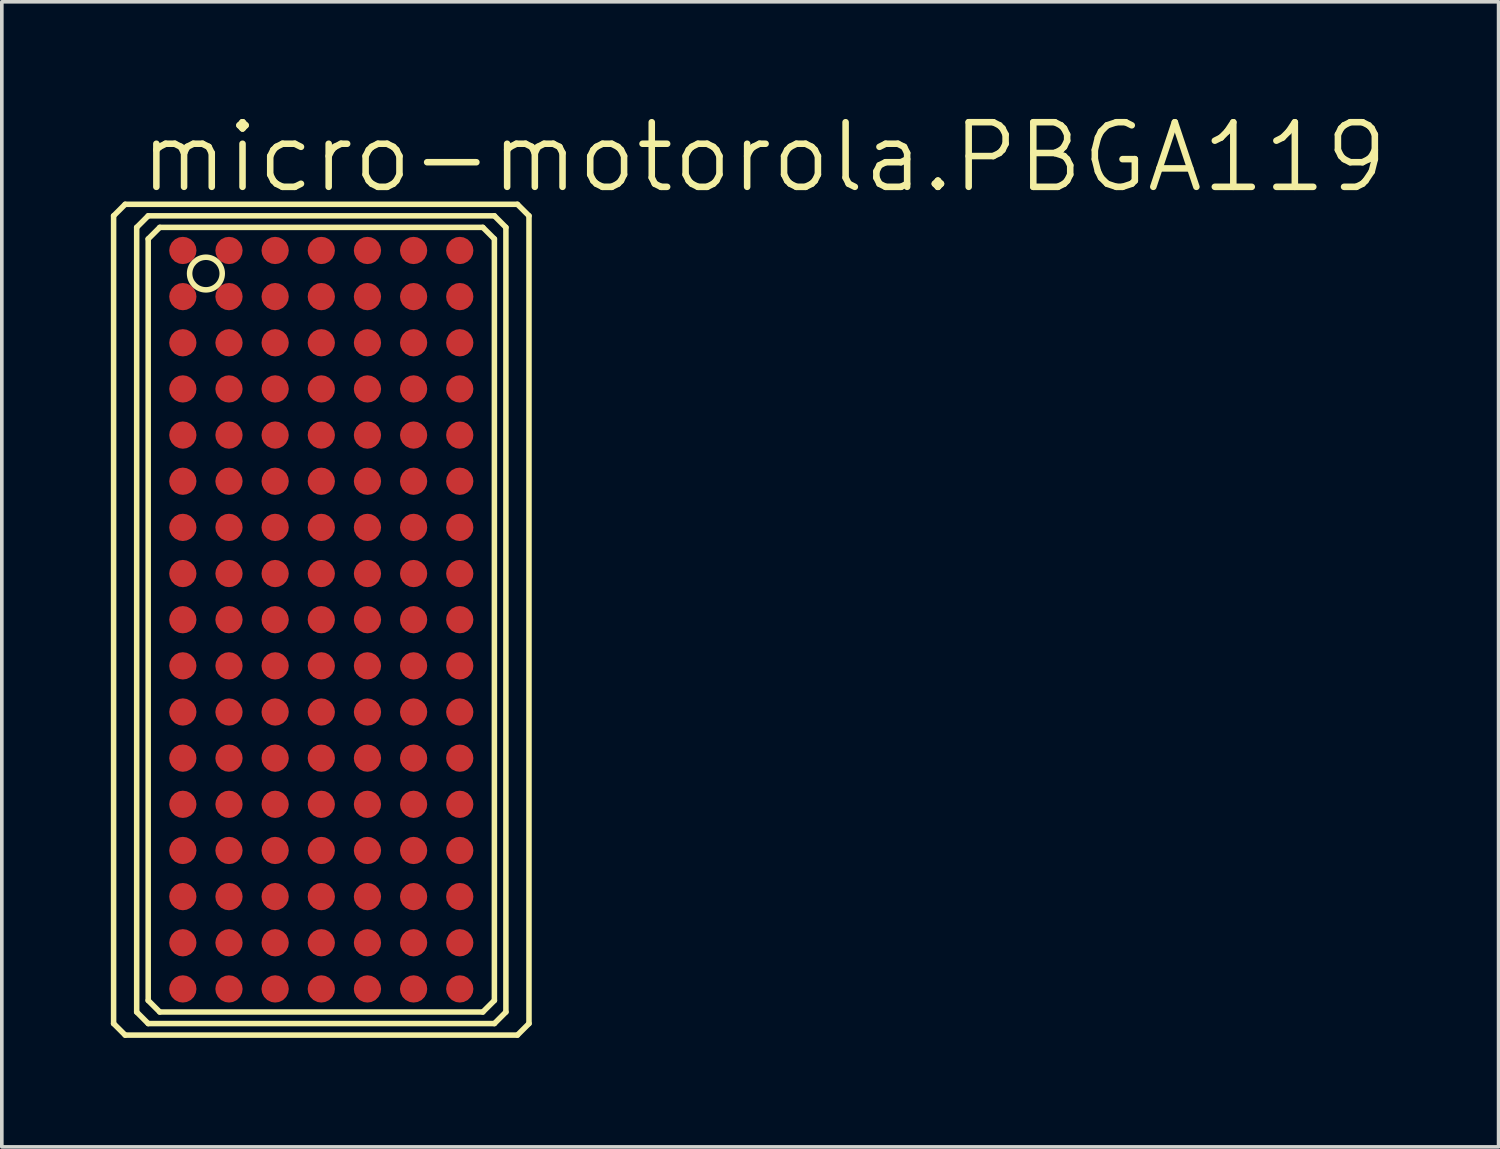
<source format=kicad_pcb>
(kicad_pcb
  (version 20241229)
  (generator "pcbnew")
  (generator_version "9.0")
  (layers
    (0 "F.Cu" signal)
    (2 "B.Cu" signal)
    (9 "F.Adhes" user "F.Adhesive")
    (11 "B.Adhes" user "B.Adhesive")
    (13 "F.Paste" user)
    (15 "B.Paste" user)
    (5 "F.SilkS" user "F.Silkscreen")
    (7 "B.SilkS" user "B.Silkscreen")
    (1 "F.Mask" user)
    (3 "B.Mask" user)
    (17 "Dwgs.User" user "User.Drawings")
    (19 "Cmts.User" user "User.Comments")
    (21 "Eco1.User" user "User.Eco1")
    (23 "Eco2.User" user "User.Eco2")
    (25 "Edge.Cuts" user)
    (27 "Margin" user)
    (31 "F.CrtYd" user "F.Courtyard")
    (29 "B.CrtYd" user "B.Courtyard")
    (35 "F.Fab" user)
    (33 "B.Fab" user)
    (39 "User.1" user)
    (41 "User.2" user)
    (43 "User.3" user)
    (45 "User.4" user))
  (footprint "micro-motorola.PBGA119"
    (layer "F.Cu")
    (at 5.791 14.002)
    (property "Reference" "micro-motorola.PBGA119" (at -5.08 -11.684 0) (layer "F.SilkS") (effects (font (size 1.778 1.778) (thickness 0.18)) (justify left bottom)))
    (attr smd)
    (fp_line (start -5.715 -11.113) (end -5.715 11.113) (stroke (width 0.152) (type default)) (layer "F.SilkS"))
    (fp_line (start -5.715 11.113) (end -5.397 11.43) (stroke (width 0.152) (type default)) (layer "F.SilkS"))
    (fp_line (start -5.397 -11.43) (end -5.715 -11.113) (stroke (width 0.152) (type default)) (layer "F.SilkS"))
    (fp_line (start -5.397 11.43) (end 5.397 11.43) (stroke (width 0.152) (type default)) (layer "F.SilkS"))
    (fp_line (start -5.08 -10.795) (end -5.08 10.795) (stroke (width 0.152) (type default)) (layer "F.SilkS"))
    (fp_line (start -5.08 10.795) (end -4.763 11.113) (stroke (width 0.152) (type default)) (layer "F.SilkS"))
    (fp_line (start -4.763 -11.113) (end -5.08 -10.795) (stroke (width 0.152) (type default)) (layer "F.SilkS"))
    (fp_line (start -4.763 -10.477) (end -4.763 10.477) (stroke (width 0.152) (type default)) (layer "F.SilkS"))
    (fp_line (start -4.763 10.477) (end -4.445 10.795) (stroke (width 0.152) (type default)) (layer "F.SilkS"))
    (fp_line (start -4.763 11.113) (end 4.763 11.113) (stroke (width 0.152) (type default)) (layer "F.SilkS"))
    (fp_line (start -4.445 -10.795) (end -4.763 -10.477) (stroke (width 0.152) (type default)) (layer "F.SilkS"))
    (fp_line (start -4.445 10.795) (end 4.445 10.795) (stroke (width 0.152) (type default)) (layer "F.SilkS"))
    (fp_line (start 4.445 -10.795) (end -4.445 -10.795) (stroke (width 0.152) (type default)) (layer "F.SilkS"))
    (fp_line (start 4.445 10.795) (end 4.763 10.477) (stroke (width 0.152) (type default)) (layer "F.SilkS"))
    (fp_line (start 4.763 -11.113) (end -4.763 -11.113) (stroke (width 0.152) (type default)) (layer "F.SilkS"))
    (fp_line (start 4.763 -10.477) (end 4.445 -10.795) (stroke (width 0.152) (type default)) (layer "F.SilkS"))
    (fp_line (start 4.763 10.477) (end 4.763 -10.477) (stroke (width 0.152) (type default)) (layer "F.SilkS"))
    (fp_line (start 4.763 11.113) (end 5.08 10.795) (stroke (width 0.152) (type default)) (layer "F.SilkS"))
    (fp_line (start 5.08 -10.795) (end 4.763 -11.113) (stroke (width 0.152) (type default)) (layer "F.SilkS"))
    (fp_line (start 5.08 10.795) (end 5.08 -10.795) (stroke (width 0.152) (type default)) (layer "F.SilkS"))
    (fp_line (start 5.397 -11.43) (end -5.397 -11.43) (stroke (width 0.152) (type default)) (layer "F.SilkS"))
    (fp_line (start 5.397 11.43) (end 5.715 11.113) (stroke (width 0.152) (type default)) (layer "F.SilkS"))
    (fp_line (start 5.715 -11.113) (end 5.397 -11.43) (stroke (width 0.152) (type default)) (layer "F.SilkS"))
    (fp_line (start 5.715 11.113) (end 5.715 -11.113) (stroke (width 0.152) (type default)) (layer "F.SilkS"))
    (fp_circle (center -3.175 -9.525) (end -2.726 -9.525) (stroke (width 0.152) (type default)) (fill no) (layer "F.SilkS"))
    (pad "1" smd roundrect (at -3.81 -10.16) (size 0.75 0.75) (layers "F.Cu" "F.Mask" "F.Paste") (roundrect_rratio 0.5))
    (pad "2" smd roundrect (at -2.54 -10.16) (size 0.75 0.75) (layers "F.Cu" "F.Mask" "F.Paste") (roundrect_rratio 0.5))
    (pad "3" smd roundrect (at -1.27 -10.16) (size 0.75 0.75) (layers "F.Cu" "F.Mask" "F.Paste") (roundrect_rratio 0.5))
    (pad "4" smd roundrect (at 0 -10.16) (size 0.75 0.75) (layers "F.Cu" "F.Mask" "F.Paste") (roundrect_rratio 0.5))
    (pad "5" smd roundrect (at 1.27 -10.16) (size 0.75 0.75) (layers "F.Cu" "F.Mask" "F.Paste") (roundrect_rratio 0.5))
    (pad "6" smd roundrect (at 2.54 -10.16) (size 0.75 0.75) (layers "F.Cu" "F.Mask" "F.Paste") (roundrect_rratio 0.5))
    (pad "7" smd roundrect (at 3.81 -10.16) (size 0.75 0.75) (layers "F.Cu" "F.Mask" "F.Paste") (roundrect_rratio 0.5))
    (pad "8" smd roundrect (at -3.81 -8.89) (size 0.75 0.75) (layers "F.Cu" "F.Mask" "F.Paste") (roundrect_rratio 0.5))
    (pad "9" smd roundrect (at -2.54 -8.89) (size 0.75 0.75) (layers "F.Cu" "F.Mask" "F.Paste") (roundrect_rratio 0.5))
    (pad "10" smd roundrect (at -1.27 -8.89) (size 0.75 0.75) (layers "F.Cu" "F.Mask" "F.Paste") (roundrect_rratio 0.5))
    (pad "11" smd roundrect (at 0 -8.89) (size 0.75 0.75) (layers "F.Cu" "F.Mask" "F.Paste") (roundrect_rratio 0.5))
    (pad "12" smd roundrect (at 1.27 -8.89) (size 0.75 0.75) (layers "F.Cu" "F.Mask" "F.Paste") (roundrect_rratio 0.5))
    (pad "13" smd roundrect (at 2.54 -8.89) (size 0.75 0.75) (layers "F.Cu" "F.Mask" "F.Paste") (roundrect_rratio 0.5))
    (pad "14" smd roundrect (at 3.81 -8.89) (size 0.75 0.75) (layers "F.Cu" "F.Mask" "F.Paste") (roundrect_rratio 0.5))
    (pad "15" smd roundrect (at -3.81 -7.62) (size 0.75 0.75) (layers "F.Cu" "F.Mask" "F.Paste") (roundrect_rratio 0.5))
    (pad "16" smd roundrect (at -2.54 -7.62) (size 0.75 0.75) (layers "F.Cu" "F.Mask" "F.Paste") (roundrect_rratio 0.5))
    (pad "17" smd roundrect (at -1.27 -7.62) (size 0.75 0.75) (layers "F.Cu" "F.Mask" "F.Paste") (roundrect_rratio 0.5))
    (pad "18" smd roundrect (at 0 -7.62) (size 0.75 0.75) (layers "F.Cu" "F.Mask" "F.Paste") (roundrect_rratio 0.5))
    (pad "19" smd roundrect (at 1.27 -7.62) (size 0.75 0.75) (layers "F.Cu" "F.Mask" "F.Paste") (roundrect_rratio 0.5))
    (pad "20" smd roundrect (at 2.54 -7.62) (size 0.75 0.75) (layers "F.Cu" "F.Mask" "F.Paste") (roundrect_rratio 0.5))
    (pad "21" smd roundrect (at 3.81 -7.62) (size 0.75 0.75) (layers "F.Cu" "F.Mask" "F.Paste") (roundrect_rratio 0.5))
    (pad "22" smd roundrect (at -3.81 -6.35) (size 0.75 0.75) (layers "F.Cu" "F.Mask" "F.Paste") (roundrect_rratio 0.5))
    (pad "23" smd roundrect (at -2.54 -6.35) (size 0.75 0.75) (layers "F.Cu" "F.Mask" "F.Paste") (roundrect_rratio 0.5))
    (pad "24" smd roundrect (at -1.27 -6.35) (size 0.75 0.75) (layers "F.Cu" "F.Mask" "F.Paste") (roundrect_rratio 0.5))
    (pad "25" smd roundrect (at 0 -6.35) (size 0.75 0.75) (layers "F.Cu" "F.Mask" "F.Paste") (roundrect_rratio 0.5))
    (pad "26" smd roundrect (at 1.27 -6.35) (size 0.75 0.75) (layers "F.Cu" "F.Mask" "F.Paste") (roundrect_rratio 0.5))
    (pad "27" smd roundrect (at 2.54 -6.35) (size 0.75 0.75) (layers "F.Cu" "F.Mask" "F.Paste") (roundrect_rratio 0.5))
    (pad "28" smd roundrect (at 3.81 -6.35) (size 0.75 0.75) (layers "F.Cu" "F.Mask" "F.Paste") (roundrect_rratio 0.5))
    (pad "29" smd roundrect (at -3.81 -5.08) (size 0.75 0.75) (layers "F.Cu" "F.Mask" "F.Paste") (roundrect_rratio 0.5))
    (pad "30" smd roundrect (at -2.54 -5.08) (size 0.75 0.75) (layers "F.Cu" "F.Mask" "F.Paste") (roundrect_rratio 0.5))
    (pad "31" smd roundrect (at -1.27 -5.08) (size 0.75 0.75) (layers "F.Cu" "F.Mask" "F.Paste") (roundrect_rratio 0.5))
    (pad "32" smd roundrect (at 0 -5.08) (size 0.75 0.75) (layers "F.Cu" "F.Mask" "F.Paste") (roundrect_rratio 0.5))
    (pad "33" smd roundrect (at 1.27 -5.08) (size 0.75 0.75) (layers "F.Cu" "F.Mask" "F.Paste") (roundrect_rratio 0.5))
    (pad "34" smd roundrect (at 2.54 -5.08) (size 0.75 0.75) (layers "F.Cu" "F.Mask" "F.Paste") (roundrect_rratio 0.5))
    (pad "35" smd roundrect (at 3.81 -5.08) (size 0.75 0.75) (layers "F.Cu" "F.Mask" "F.Paste") (roundrect_rratio 0.5))
    (pad "36" smd roundrect (at -3.81 -3.81) (size 0.75 0.75) (layers "F.Cu" "F.Mask" "F.Paste") (roundrect_rratio 0.5))
    (pad "37" smd roundrect (at -2.54 -3.81) (size 0.75 0.75) (layers "F.Cu" "F.Mask" "F.Paste") (roundrect_rratio 0.5))
    (pad "38" smd roundrect (at -1.27 -3.81) (size 0.75 0.75) (layers "F.Cu" "F.Mask" "F.Paste") (roundrect_rratio 0.5))
    (pad "39" smd roundrect (at 0 -3.81) (size 0.75 0.75) (layers "F.Cu" "F.Mask" "F.Paste") (roundrect_rratio 0.5))
    (pad "40" smd roundrect (at 1.27 -3.81) (size 0.75 0.75) (layers "F.Cu" "F.Mask" "F.Paste") (roundrect_rratio 0.5))
    (pad "41" smd roundrect (at 2.54 -3.81) (size 0.75 0.75) (layers "F.Cu" "F.Mask" "F.Paste") (roundrect_rratio 0.5))
    (pad "42" smd roundrect (at 3.81 -3.81) (size 0.75 0.75) (layers "F.Cu" "F.Mask" "F.Paste") (roundrect_rratio 0.5))
    (pad "43" smd roundrect (at -3.81 -2.54) (size 0.75 0.75) (layers "F.Cu" "F.Mask" "F.Paste") (roundrect_rratio 0.5))
    (pad "44" smd roundrect (at -2.54 -2.54) (size 0.75 0.75) (layers "F.Cu" "F.Mask" "F.Paste") (roundrect_rratio 0.5))
    (pad "45" smd roundrect (at -1.27 -2.54) (size 0.75 0.75) (layers "F.Cu" "F.Mask" "F.Paste") (roundrect_rratio 0.5))
    (pad "46" smd roundrect (at 0 -2.54) (size 0.75 0.75) (layers "F.Cu" "F.Mask" "F.Paste") (roundrect_rratio 0.5))
    (pad "47" smd roundrect (at 1.27 -2.54) (size 0.75 0.75) (layers "F.Cu" "F.Mask" "F.Paste") (roundrect_rratio 0.5))
    (pad "48" smd roundrect (at 2.54 -2.54) (size 0.75 0.75) (layers "F.Cu" "F.Mask" "F.Paste") (roundrect_rratio 0.5))
    (pad "49" smd roundrect (at 3.81 -2.54) (size 0.75 0.75) (layers "F.Cu" "F.Mask" "F.Paste") (roundrect_rratio 0.5))
    (pad "50" smd roundrect (at -3.81 -1.27) (size 0.75 0.75) (layers "F.Cu" "F.Mask" "F.Paste") (roundrect_rratio 0.5))
    (pad "51" smd roundrect (at -2.54 -1.27) (size 0.75 0.75) (layers "F.Cu" "F.Mask" "F.Paste") (roundrect_rratio 0.5))
    (pad "52" smd roundrect (at -1.27 -1.27) (size 0.75 0.75) (layers "F.Cu" "F.Mask" "F.Paste") (roundrect_rratio 0.5))
    (pad "53" smd roundrect (at 0 -1.27) (size 0.75 0.75) (layers "F.Cu" "F.Mask" "F.Paste") (roundrect_rratio 0.5))
    (pad "54" smd roundrect (at 1.27 -1.27) (size 0.75 0.75) (layers "F.Cu" "F.Mask" "F.Paste") (roundrect_rratio 0.5))
    (pad "55" smd roundrect (at 2.54 -1.27) (size 0.75 0.75) (layers "F.Cu" "F.Mask" "F.Paste") (roundrect_rratio 0.5))
    (pad "56" smd roundrect (at 3.81 -1.27) (size 0.75 0.75) (layers "F.Cu" "F.Mask" "F.Paste") (roundrect_rratio 0.5))
    (pad "57" smd roundrect (at -3.81 0) (size 0.75 0.75) (layers "F.Cu" "F.Mask" "F.Paste") (roundrect_rratio 0.5))
    (pad "58" smd roundrect (at -2.54 0) (size 0.75 0.75) (layers "F.Cu" "F.Mask" "F.Paste") (roundrect_rratio 0.5))
    (pad "59" smd roundrect (at -1.27 0) (size 0.75 0.75) (layers "F.Cu" "F.Mask" "F.Paste") (roundrect_rratio 0.5))
    (pad "60" smd roundrect (at 0 0) (size 0.75 0.75) (layers "F.Cu" "F.Mask" "F.Paste") (roundrect_rratio 0.5))
    (pad "61" smd roundrect (at 1.27 0) (size 0.75 0.75) (layers "F.Cu" "F.Mask" "F.Paste") (roundrect_rratio 0.5))
    (pad "62" smd roundrect (at 2.54 0) (size 0.75 0.75) (layers "F.Cu" "F.Mask" "F.Paste") (roundrect_rratio 0.5))
    (pad "63" smd roundrect (at 3.81 0) (size 0.75 0.75) (layers "F.Cu" "F.Mask" "F.Paste") (roundrect_rratio 0.5))
    (pad "64" smd roundrect (at -3.81 1.27) (size 0.75 0.75) (layers "F.Cu" "F.Mask" "F.Paste") (roundrect_rratio 0.5))
    (pad "65" smd roundrect (at -2.54 1.27) (size 0.75 0.75) (layers "F.Cu" "F.Mask" "F.Paste") (roundrect_rratio 0.5))
    (pad "66" smd roundrect (at -1.27 1.27) (size 0.75 0.75) (layers "F.Cu" "F.Mask" "F.Paste") (roundrect_rratio 0.5))
    (pad "67" smd roundrect (at 0 1.27) (size 0.75 0.75) (layers "F.Cu" "F.Mask" "F.Paste") (roundrect_rratio 0.5))
    (pad "68" smd roundrect (at 1.27 1.27) (size 0.75 0.75) (layers "F.Cu" "F.Mask" "F.Paste") (roundrect_rratio 0.5))
    (pad "69" smd roundrect (at 2.54 1.27) (size 0.75 0.75) (layers "F.Cu" "F.Mask" "F.Paste") (roundrect_rratio 0.5))
    (pad "70" smd roundrect (at 3.81 1.27) (size 0.75 0.75) (layers "F.Cu" "F.Mask" "F.Paste") (roundrect_rratio 0.5))
    (pad "71" smd roundrect (at -3.81 2.54) (size 0.75 0.75) (layers "F.Cu" "F.Mask" "F.Paste") (roundrect_rratio 0.5))
    (pad "72" smd roundrect (at -2.54 2.54) (size 0.75 0.75) (layers "F.Cu" "F.Mask" "F.Paste") (roundrect_rratio 0.5))
    (pad "73" smd roundrect (at -1.27 2.54) (size 0.75 0.75) (layers "F.Cu" "F.Mask" "F.Paste") (roundrect_rratio 0.5))
    (pad "74" smd roundrect (at 0 2.54) (size 0.75 0.75) (layers "F.Cu" "F.Mask" "F.Paste") (roundrect_rratio 0.5))
    (pad "75" smd roundrect (at 1.27 2.54) (size 0.75 0.75) (layers "F.Cu" "F.Mask" "F.Paste") (roundrect_rratio 0.5))
    (pad "76" smd roundrect (at 2.54 2.54) (size 0.75 0.75) (layers "F.Cu" "F.Mask" "F.Paste") (roundrect_rratio 0.5))
    (pad "77" smd roundrect (at 3.81 2.54) (size 0.75 0.75) (layers "F.Cu" "F.Mask" "F.Paste") (roundrect_rratio 0.5))
    (pad "78" smd roundrect (at -3.81 3.81) (size 0.75 0.75) (layers "F.Cu" "F.Mask" "F.Paste") (roundrect_rratio 0.5))
    (pad "79" smd roundrect (at -2.54 3.81) (size 0.75 0.75) (layers "F.Cu" "F.Mask" "F.Paste") (roundrect_rratio 0.5))
    (pad "80" smd roundrect (at -1.27 3.81) (size 0.75 0.75) (layers "F.Cu" "F.Mask" "F.Paste") (roundrect_rratio 0.5))
    (pad "81" smd roundrect (at 0 3.81) (size 0.75 0.75) (layers "F.Cu" "F.Mask" "F.Paste") (roundrect_rratio 0.5))
    (pad "82" smd roundrect (at 1.27 3.81) (size 0.75 0.75) (layers "F.Cu" "F.Mask" "F.Paste") (roundrect_rratio 0.5))
    (pad "83" smd roundrect (at 2.54 3.81) (size 0.75 0.75) (layers "F.Cu" "F.Mask" "F.Paste") (roundrect_rratio 0.5))
    (pad "84" smd roundrect (at 3.81 3.81) (size 0.75 0.75) (layers "F.Cu" "F.Mask" "F.Paste") (roundrect_rratio 0.5))
    (pad "85" smd roundrect (at -3.81 5.08) (size 0.75 0.75) (layers "F.Cu" "F.Mask" "F.Paste") (roundrect_rratio 0.5))
    (pad "86" smd roundrect (at -2.54 5.08) (size 0.75 0.75) (layers "F.Cu" "F.Mask" "F.Paste") (roundrect_rratio 0.5))
    (pad "87" smd roundrect (at -1.27 5.08) (size 0.75 0.75) (layers "F.Cu" "F.Mask" "F.Paste") (roundrect_rratio 0.5))
    (pad "88" smd roundrect (at 0 5.08) (size 0.75 0.75) (layers "F.Cu" "F.Mask" "F.Paste") (roundrect_rratio 0.5))
    (pad "89" smd roundrect (at 1.27 5.08) (size 0.75 0.75) (layers "F.Cu" "F.Mask" "F.Paste") (roundrect_rratio 0.5))
    (pad "90" smd roundrect (at 2.54 5.08) (size 0.75 0.75) (layers "F.Cu" "F.Mask" "F.Paste") (roundrect_rratio 0.5))
    (pad "91" smd roundrect (at 3.81 5.08) (size 0.75 0.75) (layers "F.Cu" "F.Mask" "F.Paste") (roundrect_rratio 0.5))
    (pad "92" smd roundrect (at -3.81 6.35) (size 0.75 0.75) (layers "F.Cu" "F.Mask" "F.Paste") (roundrect_rratio 0.5))
    (pad "93" smd roundrect (at -2.54 6.35) (size 0.75 0.75) (layers "F.Cu" "F.Mask" "F.Paste") (roundrect_rratio 0.5))
    (pad "94" smd roundrect (at -1.27 6.35) (size 0.75 0.75) (layers "F.Cu" "F.Mask" "F.Paste") (roundrect_rratio 0.5))
    (pad "95" smd roundrect (at 0 6.35) (size 0.75 0.75) (layers "F.Cu" "F.Mask" "F.Paste") (roundrect_rratio 0.5))
    (pad "96" smd roundrect (at 1.27 6.35) (size 0.75 0.75) (layers "F.Cu" "F.Mask" "F.Paste") (roundrect_rratio 0.5))
    (pad "97" smd roundrect (at 2.54 6.35) (size 0.75 0.75) (layers "F.Cu" "F.Mask" "F.Paste") (roundrect_rratio 0.5))
    (pad "98" smd roundrect (at 3.81 6.35) (size 0.75 0.75) (layers "F.Cu" "F.Mask" "F.Paste") (roundrect_rratio 0.5))
    (pad "99" smd roundrect (at -3.81 7.62) (size 0.75 0.75) (layers "F.Cu" "F.Mask" "F.Paste") (roundrect_rratio 0.5))
    (pad "100" smd roundrect (at -2.54 7.62) (size 0.75 0.75) (layers "F.Cu" "F.Mask" "F.Paste") (roundrect_rratio 0.5))
    (pad "101" smd roundrect (at -1.27 7.62) (size 0.75 0.75) (layers "F.Cu" "F.Mask" "F.Paste") (roundrect_rratio 0.5))
    (pad "102" smd roundrect (at 0 7.62) (size 0.75 0.75) (layers "F.Cu" "F.Mask" "F.Paste") (roundrect_rratio 0.5))
    (pad "103" smd roundrect (at 1.27 7.62) (size 0.75 0.75) (layers "F.Cu" "F.Mask" "F.Paste") (roundrect_rratio 0.5))
    (pad "104" smd roundrect (at 2.54 7.62) (size 0.75 0.75) (layers "F.Cu" "F.Mask" "F.Paste") (roundrect_rratio 0.5))
    (pad "105" smd roundrect (at 3.81 7.62) (size 0.75 0.75) (layers "F.Cu" "F.Mask" "F.Paste") (roundrect_rratio 0.5))
    (pad "106" smd roundrect (at -3.81 8.89) (size 0.75 0.75) (layers "F.Cu" "F.Mask" "F.Paste") (roundrect_rratio 0.5))
    (pad "107" smd roundrect (at -2.54 8.89) (size 0.75 0.75) (layers "F.Cu" "F.Mask" "F.Paste") (roundrect_rratio 0.5))
    (pad "108" smd roundrect (at -1.27 8.89) (size 0.75 0.75) (layers "F.Cu" "F.Mask" "F.Paste") (roundrect_rratio 0.5))
    (pad "109" smd roundrect (at 0 8.89) (size 0.75 0.75) (layers "F.Cu" "F.Mask" "F.Paste") (roundrect_rratio 0.5))
    (pad "110" smd roundrect (at 1.27 8.89) (size 0.75 0.75) (layers "F.Cu" "F.Mask" "F.Paste") (roundrect_rratio 0.5))
    (pad "111" smd roundrect (at 2.54 8.89) (size 0.75 0.75) (layers "F.Cu" "F.Mask" "F.Paste") (roundrect_rratio 0.5))
    (pad "112" smd roundrect (at 3.81 8.89) (size 0.75 0.75) (layers "F.Cu" "F.Mask" "F.Paste") (roundrect_rratio 0.5))
    (pad "113" smd roundrect (at -3.81 10.16) (size 0.75 0.75) (layers "F.Cu" "F.Mask" "F.Paste") (roundrect_rratio 0.5))
    (pad "114" smd roundrect (at -2.54 10.16) (size 0.75 0.75) (layers "F.Cu" "F.Mask" "F.Paste") (roundrect_rratio 0.5))
    (pad "115" smd roundrect (at -1.27 10.16) (size 0.75 0.75) (layers "F.Cu" "F.Mask" "F.Paste") (roundrect_rratio 0.5))
    (pad "116" smd roundrect (at 0 10.16) (size 0.75 0.75) (layers "F.Cu" "F.Mask" "F.Paste") (roundrect_rratio 0.5))
    (pad "117" smd roundrect (at 1.27 10.16) (size 0.75 0.75) (layers "F.Cu" "F.Mask" "F.Paste") (roundrect_rratio 0.5))
    (pad "118" smd roundrect (at 2.54 10.16) (size 0.75 0.75) (layers "F.Cu" "F.Mask" "F.Paste") (roundrect_rratio 0.5))
    (pad "119" smd roundrect (at 3.81 10.16) (size 0.75 0.75) (layers "F.Cu" "F.Mask" "F.Paste") (roundrect_rratio 0.5)))
  (gr_rect
    (start -3 -3)
    (end 38.186 28.508)
    (stroke (width 0.1) (type default))
    (fill no)
    (layer "Edge.Cuts")))
</source>
